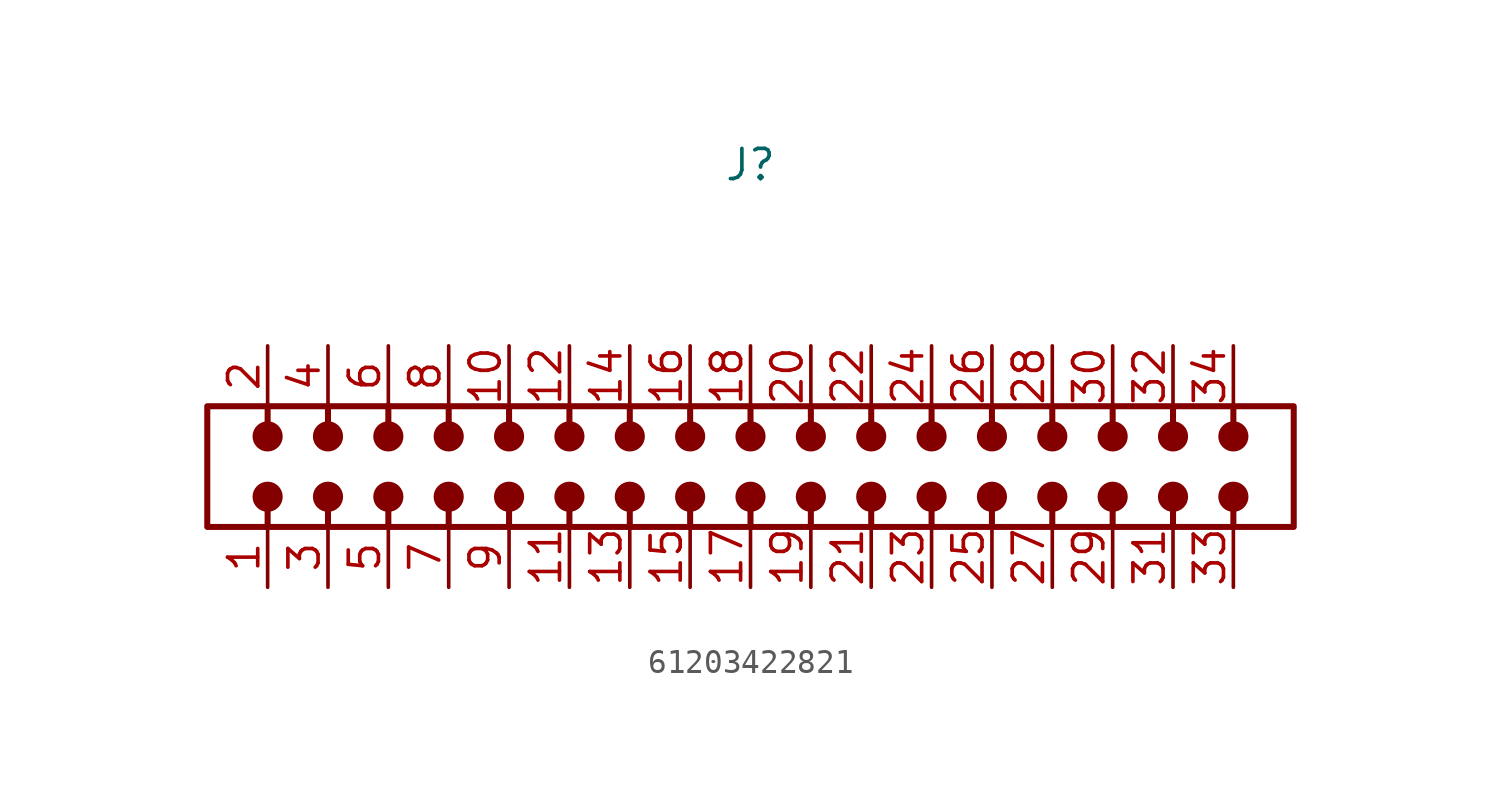
<source format=kicad_sym>
(kicad_symbol_lib
  (version 20241209)
  (generator "kicad_symbol_editor")
  (generator_version "9.0")
  (symbol "61203422821"
    (pin_names
      (hide yes))
    (property "Reference" "J"
      (at 0 12.7 0)
      (effects (font (size 1.27 1.27))))
    (symbol "61203422821_1_1"
      (rectangle (start -22.86 2.54) (end 22.86 -2.54) (stroke (width 0.254) (type solid)) (fill (type none)))
      (polyline (pts (xy -20.32 1.778) (xy -20.32 2.54)) (stroke (width 0.254) (type solid)) (fill (type none)))
      (circle (center -20.32 1.27) (radius 0.508) (stroke (width 0.254) (type solid)) (fill (type outline)))
      (circle (center -20.32 -1.27) (radius 0.508) (stroke (width 0.254) (type solid)) (fill (type outline)))
      (polyline (pts (xy -20.32 -1.778) (xy -20.32 -2.54)) (stroke (width 0.254) (type solid)) (fill (type none)))
      (polyline (pts (xy -17.78 1.778) (xy -17.78 2.54)) (stroke (width 0.254) (type solid)) (fill (type none)))
      (circle (center -17.78 1.27) (radius 0.508) (stroke (width 0.254) (type solid)) (fill (type outline)))
      (circle (center -17.78 -1.27) (radius 0.508) (stroke (width 0.254) (type solid)) (fill (type outline)))
      (polyline (pts (xy -17.78 -1.778) (xy -17.78 -2.54)) (stroke (width 0.254) (type solid)) (fill (type none)))
      (polyline (pts (xy -15.24 1.778) (xy -15.24 2.54)) (stroke (width 0.254) (type solid)) (fill (type none)))
      (circle (center -15.24 1.27) (radius 0.508) (stroke (width 0.254) (type solid)) (fill (type outline)))
      (circle (center -15.24 -1.27) (radius 0.508) (stroke (width 0.254) (type solid)) (fill (type outline)))
      (polyline (pts (xy -15.24 -1.778) (xy -15.24 -2.54)) (stroke (width 0.254) (type solid)) (fill (type none)))
      (polyline (pts (xy -12.7 1.778) (xy -12.7 2.54)) (stroke (width 0.254) (type solid)) (fill (type none)))
      (circle (center -12.7 1.27) (radius 0.508) (stroke (width 0.254) (type solid)) (fill (type outline)))
      (circle (center -12.7 -1.27) (radius 0.508) (stroke (width 0.254) (type solid)) (fill (type outline)))
      (polyline (pts (xy -12.7 -1.778) (xy -12.7 -2.54)) (stroke (width 0.254) (type solid)) (fill (type none)))
      (polyline (pts (xy -10.16 1.778) (xy -10.16 2.54)) (stroke (width 0.254) (type solid)) (fill (type none)))
      (circle (center -10.16 1.27) (radius 0.508) (stroke (width 0.254) (type solid)) (fill (type outline)))
      (circle (center -10.16 -1.27) (radius 0.508) (stroke (width 0.254) (type solid)) (fill (type outline)))
      (polyline (pts (xy -10.16 -1.778) (xy -10.16 -2.54)) (stroke (width 0.254) (type solid)) (fill (type none)))
      (polyline (pts (xy -7.62 1.778) (xy -7.62 2.54)) (stroke (width 0.254) (type solid)) (fill (type none)))
      (circle (center -7.62 1.27) (radius 0.508) (stroke (width 0.254) (type solid)) (fill (type outline)))
      (circle (center -7.62 -1.27) (radius 0.508) (stroke (width 0.254) (type solid)) (fill (type outline)))
      (polyline (pts (xy -7.62 -1.778) (xy -7.62 -2.54)) (stroke (width 0.254) (type solid)) (fill (type none)))
      (polyline (pts (xy -5.08 1.778) (xy -5.08 2.54)) (stroke (width 0.254) (type solid)) (fill (type none)))
      (circle (center -5.08 1.27) (radius 0.508) (stroke (width 0.254) (type solid)) (fill (type outline)))
      (circle (center -5.08 -1.27) (radius 0.508) (stroke (width 0.254) (type solid)) (fill (type outline)))
      (polyline (pts (xy -5.08 -1.778) (xy -5.08 -2.54)) (stroke (width 0.254) (type solid)) (fill (type none)))
      (polyline (pts (xy -2.54 1.778) (xy -2.54 2.54)) (stroke (width 0.254) (type solid)) (fill (type none)))
      (circle (center -2.54 1.27) (radius 0.508) (stroke (width 0.254) (type solid)) (fill (type outline)))
      (circle (center -2.54 -1.27) (radius 0.508) (stroke (width 0.254) (type solid)) (fill (type outline)))
      (polyline (pts (xy -2.54 -1.778) (xy -2.54 -2.54)) (stroke (width 0.254) (type solid)) (fill (type none)))
      (polyline (pts (xy 0 1.778) (xy 0 2.54)) (stroke (width 0.254) (type solid)) (fill (type none)))
      (circle (center 0 1.27) (radius 0.508) (stroke (width 0.254) (type solid)) (fill (type outline)))
      (circle (center 0 -1.27) (radius 0.508) (stroke (width 0.254) (type solid)) (fill (type outline)))
      (polyline (pts (xy 0 -1.778) (xy 0 -2.54)) (stroke (width 0.254) (type solid)) (fill (type none)))
      (polyline (pts (xy 2.54 1.778) (xy 2.54 2.54)) (stroke (width 0.254) (type solid)) (fill (type none)))
      (circle (center 2.54 1.27) (radius 0.508) (stroke (width 0.254) (type solid)) (fill (type outline)))
      (circle (center 2.54 -1.27) (radius 0.508) (stroke (width 0.254) (type solid)) (fill (type outline)))
      (polyline (pts (xy 2.54 -1.778) (xy 2.54 -2.54)) (stroke (width 0.254) (type solid)) (fill (type none)))
      (polyline (pts (xy 5.08 1.778) (xy 5.08 2.54)) (stroke (width 0.254) (type solid)) (fill (type none)))
      (circle (center 5.08 1.27) (radius 0.508) (stroke (width 0.254) (type solid)) (fill (type outline)))
      (circle (center 5.08 -1.27) (radius 0.508) (stroke (width 0.254) (type solid)) (fill (type outline)))
      (polyline (pts (xy 5.08 -1.778) (xy 5.08 -2.54)) (stroke (width 0.254) (type solid)) (fill (type none)))
      (polyline (pts (xy 7.62 1.778) (xy 7.62 2.54)) (stroke (width 0.254) (type solid)) (fill (type none)))
      (circle (center 7.62 1.27) (radius 0.508) (stroke (width 0.254) (type solid)) (fill (type outline)))
      (circle (center 7.62 -1.27) (radius 0.508) (stroke (width 0.254) (type solid)) (fill (type outline)))
      (polyline (pts (xy 7.62 -1.778) (xy 7.62 -2.54)) (stroke (width 0.254) (type solid)) (fill (type none)))
      (polyline (pts (xy 10.16 1.778) (xy 10.16 2.54)) (stroke (width 0.254) (type solid)) (fill (type none)))
      (circle (center 10.16 1.27) (radius 0.508) (stroke (width 0.254) (type solid)) (fill (type outline)))
      (circle (center 10.16 -1.27) (radius 0.508) (stroke (width 0.254) (type solid)) (fill (type outline)))
      (polyline (pts (xy 10.16 -1.778) (xy 10.16 -2.54)) (stroke (width 0.254) (type solid)) (fill (type none)))
      (polyline (pts (xy 12.7 1.778) (xy 12.7 2.54)) (stroke (width 0.254) (type solid)) (fill (type none)))
      (circle (center 12.7 1.27) (radius 0.508) (stroke (width 0.254) (type solid)) (fill (type outline)))
      (circle (center 12.7 -1.27) (radius 0.508) (stroke (width 0.254) (type solid)) (fill (type outline)))
      (polyline (pts (xy 12.7 -1.778) (xy 12.7 -2.54)) (stroke (width 0.254) (type solid)) (fill (type none)))
      (polyline (pts (xy 15.24 1.778) (xy 15.24 2.54)) (stroke (width 0.254) (type solid)) (fill (type none)))
      (circle (center 15.24 1.27) (radius 0.508) (stroke (width 0.254) (type solid)) (fill (type outline)))
      (circle (center 15.24 -1.27) (radius 0.508) (stroke (width 0.254) (type solid)) (fill (type outline)))
      (polyline (pts (xy 15.24 -1.778) (xy 15.24 -2.54)) (stroke (width 0.254) (type solid)) (fill (type none)))
      (polyline (pts (xy 17.78 1.778) (xy 17.78 2.54)) (stroke (width 0.254) (type solid)) (fill (type none)))
      (circle (center 17.78 1.27) (radius 0.508) (stroke (width 0.254) (type solid)) (fill (type outline)))
      (circle (center 17.78 -1.27) (radius 0.508) (stroke (width 0.254) (type solid)) (fill (type outline)))
      (polyline (pts (xy 17.78 -1.778) (xy 17.78 -2.54)) (stroke (width 0.254) (type solid)) (fill (type none)))
      (polyline (pts (xy 20.32 1.778) (xy 20.32 2.54)) (stroke (width 0.254) (type solid)) (fill (type none)))
      (circle (center 20.32 1.27) (radius 0.508) (stroke (width 0.254) (type solid)) (fill (type outline)))
      (circle (center 20.32 -1.27) (radius 0.508) (stroke (width 0.254) (type solid)) (fill (type outline)))
      (polyline (pts (xy 20.32 -1.778) (xy 20.32 -2.54)) (stroke (width 0.254) (type solid)) (fill (type none)))
      (pin passive line (at -20.32 5.08 270) (length 2.54) (name "2" (effects (font (size 1.27 1.27)))) (number "2" (effects (font (size 1.27 1.27)))))
      (pin passive line (at -20.32 -5.08 90) (length 2.54) (name "1" (effects (font (size 1.27 1.27)))) (number "1" (effects (font (size 1.27 1.27)))))
      (pin passive line (at -17.78 5.08 270) (length 2.54) (name "4" (effects (font (size 1.27 1.27)))) (number "4" (effects (font (size 1.27 1.27)))))
      (pin passive line (at -17.78 -5.08 90) (length 2.54) (name "3" (effects (font (size 1.27 1.27)))) (number "3" (effects (font (size 1.27 1.27)))))
      (pin passive line (at -15.24 5.08 270) (length 2.54) (name "6" (effects (font (size 1.27 1.27)))) (number "6" (effects (font (size 1.27 1.27)))))
      (pin passive line (at -15.24 -5.08 90) (length 2.54) (name "5" (effects (font (size 1.27 1.27)))) (number "5" (effects (font (size 1.27 1.27)))))
      (pin passive line (at -12.7 5.08 270) (length 2.54) (name "8" (effects (font (size 1.27 1.27)))) (number "8" (effects (font (size 1.27 1.27)))))
      (pin passive line (at -12.7 -5.08 90) (length 2.54) (name "7" (effects (font (size 1.27 1.27)))) (number "7" (effects (font (size 1.27 1.27)))))
      (pin passive line (at -10.16 5.08 270) (length 2.54) (name "10" (effects (font (size 1.27 1.27)))) (number "10" (effects (font (size 1.27 1.27)))))
      (pin passive line (at -10.16 -5.08 90) (length 2.54) (name "9" (effects (font (size 1.27 1.27)))) (number "9" (effects (font (size 1.27 1.27)))))
      (pin passive line (at -7.62 5.08 270) (length 2.54) (name "12" (effects (font (size 1.27 1.27)))) (number "12" (effects (font (size 1.27 1.27)))))
      (pin passive line (at -7.62 -5.08 90) (length 2.54) (name "11" (effects (font (size 1.27 1.27)))) (number "11" (effects (font (size 1.27 1.27)))))
      (pin passive line (at -5.08 5.08 270) (length 2.54) (name "14" (effects (font (size 1.27 1.27)))) (number "14" (effects (font (size 1.27 1.27)))))
      (pin passive line (at -5.08 -5.08 90) (length 2.54) (name "13" (effects (font (size 1.27 1.27)))) (number "13" (effects (font (size 1.27 1.27)))))
      (pin passive line (at -2.54 5.08 270) (length 2.54) (name "16" (effects (font (size 1.27 1.27)))) (number "16" (effects (font (size 1.27 1.27)))))
      (pin passive line (at -2.54 -5.08 90) (length 2.54) (name "15" (effects (font (size 1.27 1.27)))) (number "15" (effects (font (size 1.27 1.27)))))
      (pin passive line (at 0 5.08 270) (length 2.54) (name "18" (effects (font (size 1.27 1.27)))) (number "18" (effects (font (size 1.27 1.27)))))
      (pin passive line (at 0 -5.08 90) (length 2.54) (name "17" (effects (font (size 1.27 1.27)))) (number "17" (effects (font (size 1.27 1.27)))))
      (pin passive line (at 2.54 5.08 270) (length 2.54) (name "20" (effects (font (size 1.27 1.27)))) (number "20" (effects (font (size 1.27 1.27)))))
      (pin passive line (at 2.54 -5.08 90) (length 2.54) (name "19" (effects (font (size 1.27 1.27)))) (number "19" (effects (font (size 1.27 1.27)))))
      (pin passive line (at 5.08 5.08 270) (length 2.54) (name "22" (effects (font (size 1.27 1.27)))) (number "22" (effects (font (size 1.27 1.27)))))
      (pin passive line (at 5.08 -5.08 90) (length 2.54) (name "21" (effects (font (size 1.27 1.27)))) (number "21" (effects (font (size 1.27 1.27)))))
      (pin passive line (at 7.62 5.08 270) (length 2.54) (name "24" (effects (font (size 1.27 1.27)))) (number "24" (effects (font (size 1.27 1.27)))))
      (pin passive line (at 7.62 -5.08 90) (length 2.54) (name "23" (effects (font (size 1.27 1.27)))) (number "23" (effects (font (size 1.27 1.27)))))
      (pin passive line (at 10.16 5.08 270) (length 2.54) (name "26" (effects (font (size 1.27 1.27)))) (number "26" (effects (font (size 1.27 1.27)))))
      (pin passive line (at 10.16 -5.08 90) (length 2.54) (name "25" (effects (font (size 1.27 1.27)))) (number "25" (effects (font (size 1.27 1.27)))))
      (pin passive line (at 12.7 5.08 270) (length 2.54) (name "28" (effects (font (size 1.27 1.27)))) (number "28" (effects (font (size 1.27 1.27)))))
      (pin passive line (at 12.7 -5.08 90) (length 2.54) (name "27" (effects (font (size 1.27 1.27)))) (number "27" (effects (font (size 1.27 1.27)))))
      (pin passive line (at 15.24 5.08 270) (length 2.54) (name "30" (effects (font (size 1.27 1.27)))) (number "30" (effects (font (size 1.27 1.27)))))
      (pin passive line (at 15.24 -5.08 90) (length 2.54) (name "29" (effects (font (size 1.27 1.27)))) (number "29" (effects (font (size 1.27 1.27)))))
      (pin passive line (at 17.78 5.08 270) (length 2.54) (name "32" (effects (font (size 1.27 1.27)))) (number "32" (effects (font (size 1.27 1.27)))))
      (pin passive line (at 17.78 -5.08 90) (length 2.54) (name "31" (effects (font (size 1.27 1.27)))) (number "31" (effects (font (size 1.27 1.27)))))
      (pin passive line (at 20.32 5.08 270) (length 2.54) (name "34" (effects (font (size 1.27 1.27)))) (number "34" (effects (font (size 1.27 1.27)))))
      (pin passive line (at 20.32 -5.08 90) (length 2.54) (name "33" (effects (font (size 1.27 1.27)))) (number "33" (effects (font (size 1.27 1.27))))))))
</source>
